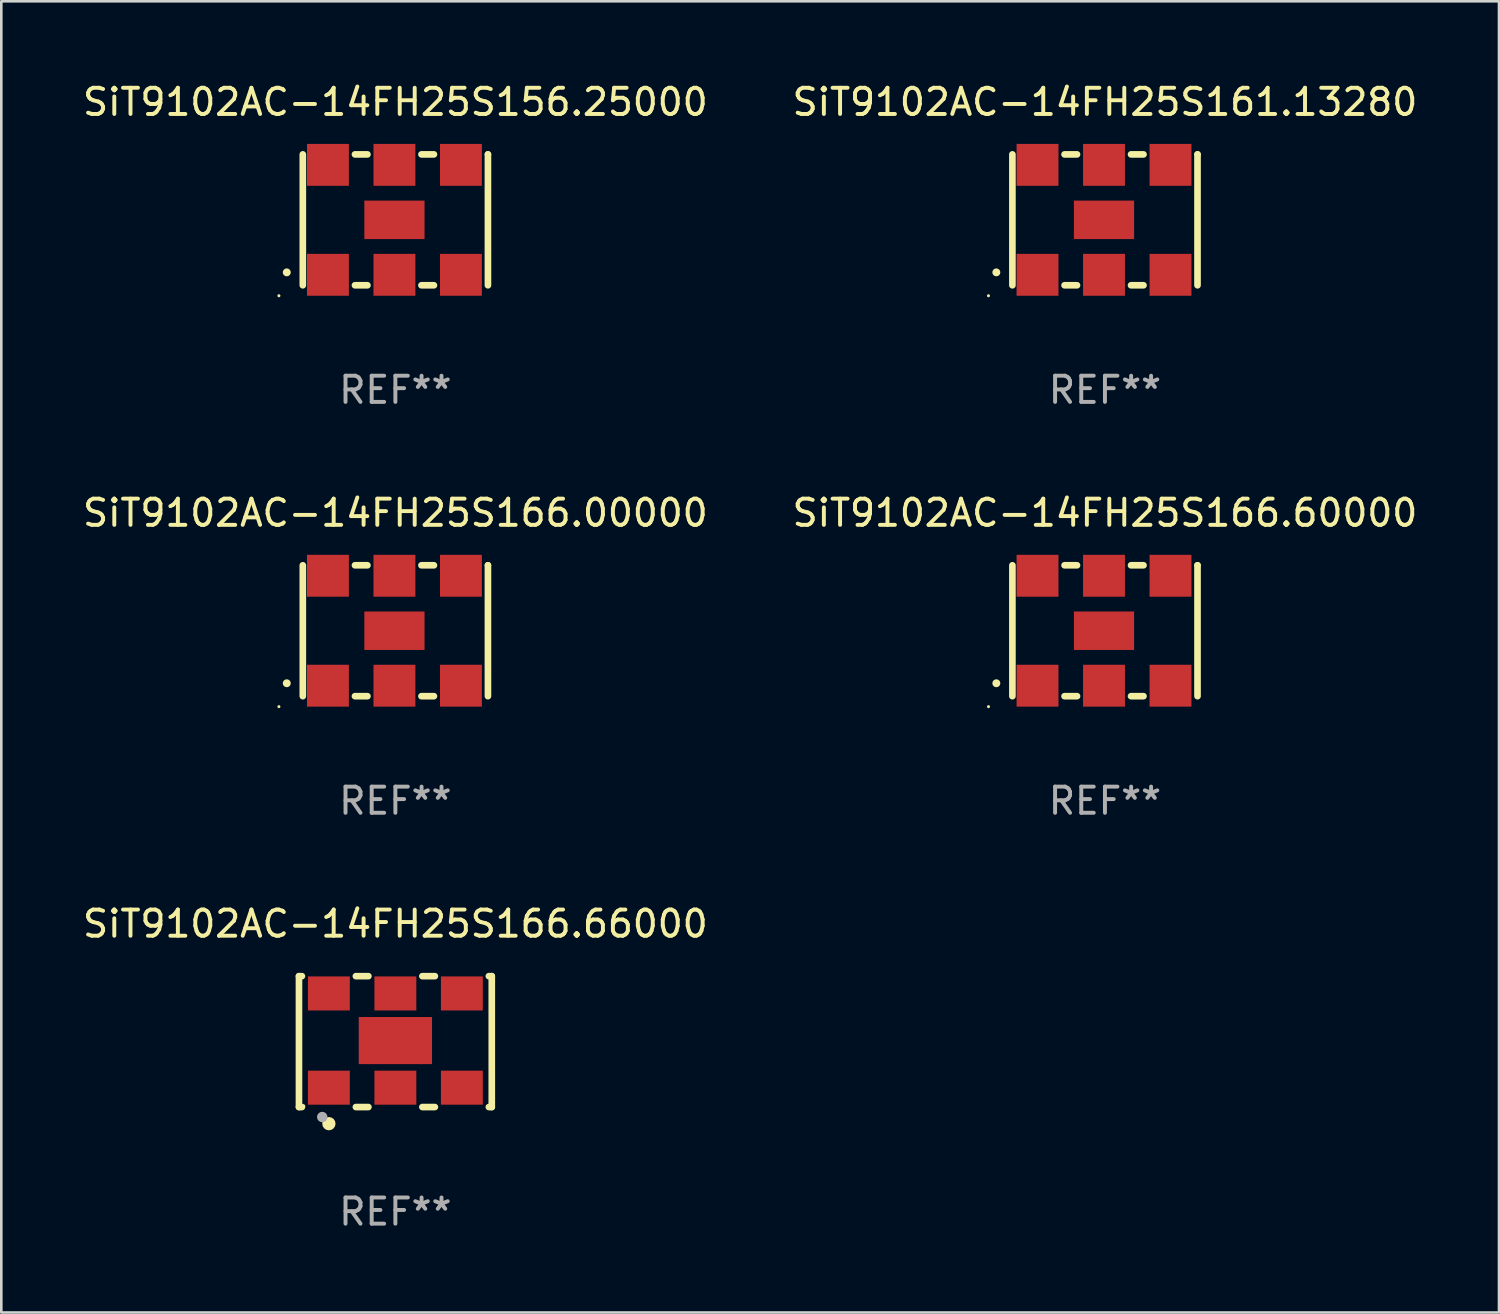
<source format=kicad_pcb>
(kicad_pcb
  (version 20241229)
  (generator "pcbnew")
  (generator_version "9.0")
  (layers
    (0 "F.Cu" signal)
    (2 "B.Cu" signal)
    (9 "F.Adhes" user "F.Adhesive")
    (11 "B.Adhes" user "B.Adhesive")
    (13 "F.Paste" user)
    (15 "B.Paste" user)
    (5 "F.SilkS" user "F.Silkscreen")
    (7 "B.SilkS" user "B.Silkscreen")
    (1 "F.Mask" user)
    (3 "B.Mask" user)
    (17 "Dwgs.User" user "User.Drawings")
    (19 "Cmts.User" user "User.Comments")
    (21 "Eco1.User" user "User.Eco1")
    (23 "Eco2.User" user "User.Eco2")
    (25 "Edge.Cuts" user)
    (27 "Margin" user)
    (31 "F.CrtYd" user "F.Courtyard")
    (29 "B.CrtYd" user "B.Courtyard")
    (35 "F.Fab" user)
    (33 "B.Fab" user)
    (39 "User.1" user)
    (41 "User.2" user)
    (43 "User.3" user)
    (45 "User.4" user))
  (footprint "SiT9102AC-14FH25S166.60000"
    (layer "F.Cu")
    (at 39.161 21.045)
    (property "Reference" "SiT9102AC-14FH25S166.60000" (at 0 -4.5 0) (layer "F.SilkS") (effects (font (size 1 1) (thickness 0.15))))
    (attr through_hole)
    (fp_line (start -3.536 -2.5) (end -3.536 2.5) (stroke (width 0.254) (type solid)) (layer "F.SilkS"))
    (fp_line (start -1.544 2.5) (end -1.067 2.5) (stroke (width 0.254) (type solid)) (layer "F.SilkS"))
    (fp_line (start -1.067 -2.5) (end -1.544 -2.5) (stroke (width 0.254) (type solid)) (layer "F.SilkS"))
    (fp_line (start 0.996 2.5) (end 1.473 2.5) (stroke (width 0.254) (type solid)) (layer "F.SilkS"))
    (fp_line (start 1.473 -2.5) (end 0.996 -2.5) (stroke (width 0.254) (type solid)) (layer "F.SilkS"))
    (fp_line (start 3.536 -2.5) (end 3.536 -2.5) (stroke (width 0.254) (type solid)) (layer "F.SilkS"))
    (fp_line (start 3.536 2.5) (end 3.536 -2.5) (stroke (width 0.254) (type solid)) (layer "F.SilkS"))
    (fp_arc (start -4.150432 2.006604) (mid -4.149162 2.006599) (end -4.147892 2.006604) (stroke (width 0.3) (type solid)) (layer "F.SilkS"))
    (fp_circle (center -4.449 2.9) (end -4.419 2.9) (stroke (width 0.06) (type solid)) (fill no) (layer "F.SilkS"))
    (fp_text user "REF**" (at 0 6.5 0) (layer "F.Fab") (effects (font (size 1 1) (thickness 0.15))))
    (pad "1" smd rect (at -2.576 2.1) (size 1.6 1.6) (layers "F.Cu" "F.Mask" "F.Paste"))
    (pad "2" smd rect (at -0.036 2.1) (size 1.6 1.6) (layers "F.Cu" "F.Mask" "F.Paste"))
    (pad "3" smd rect (at 2.504 2.1) (size 1.6 1.6) (layers "F.Cu" "F.Mask" "F.Paste"))
    (pad "4" smd rect (at 2.504 -2.1) (size 1.6 1.6) (layers "F.Cu" "F.Mask" "F.Paste"))
    (pad "5" smd rect (at -0.036 -2.1) (size 1.6 1.6) (layers "F.Cu" "F.Mask" "F.Paste"))
    (pad "6" smd rect (at -2.576 -2.1) (size 1.6 1.6) (layers "F.Cu" "F.Mask" "F.Paste"))
    (pad "7" smd rect (at -0.036 0) (size 2.3 1.47) (layers "F.Cu" "F.Mask" "F.Paste")))
  (footprint "SiT9102AC-14FH25S161.13280"
    (layer "F.Cu")
    (at 39.161 5.348)
    (property "Reference" "SiT9102AC-14FH25S161.13280" (at 0 -4.5 0) (layer "F.SilkS") (effects (font (size 1 1) (thickness 0.15))))
    (attr through_hole)
    (fp_line (start -3.536 -2.5) (end -3.536 2.5) (stroke (width 0.254) (type solid)) (layer "F.SilkS"))
    (fp_line (start -1.544 2.5) (end -1.067 2.5) (stroke (width 0.254) (type solid)) (layer "F.SilkS"))
    (fp_line (start -1.067 -2.5) (end -1.544 -2.5) (stroke (width 0.254) (type solid)) (layer "F.SilkS"))
    (fp_line (start 0.996 2.5) (end 1.473 2.5) (stroke (width 0.254) (type solid)) (layer "F.SilkS"))
    (fp_line (start 1.473 -2.5) (end 0.996 -2.5) (stroke (width 0.254) (type solid)) (layer "F.SilkS"))
    (fp_line (start 3.536 -2.5) (end 3.536 -2.5) (stroke (width 0.254) (type solid)) (layer "F.SilkS"))
    (fp_line (start 3.536 2.5) (end 3.536 -2.5) (stroke (width 0.254) (type solid)) (layer "F.SilkS"))
    (fp_arc (start -4.150432 2.006604) (mid -4.149162 2.006599) (end -4.147892 2.006604) (stroke (width 0.3) (type solid)) (layer "F.SilkS"))
    (fp_circle (center -4.449 2.9) (end -4.419 2.9) (stroke (width 0.06) (type solid)) (fill no) (layer "F.SilkS"))
    (fp_text user "REF**" (at 0 6.5 0) (layer "F.Fab") (effects (font (size 1 1) (thickness 0.15))))
    (pad "1" smd rect (at -2.576 2.1) (size 1.6 1.6) (layers "F.Cu" "F.Mask" "F.Paste"))
    (pad "2" smd rect (at -0.036 2.1) (size 1.6 1.6) (layers "F.Cu" "F.Mask" "F.Paste"))
    (pad "3" smd rect (at 2.504 2.1) (size 1.6 1.6) (layers "F.Cu" "F.Mask" "F.Paste"))
    (pad "4" smd rect (at 2.504 -2.1) (size 1.6 1.6) (layers "F.Cu" "F.Mask" "F.Paste"))
    (pad "5" smd rect (at -0.036 -2.1) (size 1.6 1.6) (layers "F.Cu" "F.Mask" "F.Paste"))
    (pad "6" smd rect (at -2.576 -2.1) (size 1.6 1.6) (layers "F.Cu" "F.Mask" "F.Paste"))
    (pad "7" smd rect (at -0.036 0) (size 2.3 1.47) (layers "F.Cu" "F.Mask" "F.Paste")))
  (footprint "SiT9102AC-14FH25S166.00000"
    (layer "F.Cu")
    (at 12.054 21.045)
    (property "Reference" "SiT9102AC-14FH25S166.00000" (at 0 -4.5 0) (layer "F.SilkS") (effects (font (size 1 1) (thickness 0.15))))
    (attr through_hole)
    (fp_line (start -3.536 -2.5) (end -3.536 2.5) (stroke (width 0.254) (type solid)) (layer "F.SilkS"))
    (fp_line (start -1.544 2.5) (end -1.067 2.5) (stroke (width 0.254) (type solid)) (layer "F.SilkS"))
    (fp_line (start -1.067 -2.5) (end -1.544 -2.5) (stroke (width 0.254) (type solid)) (layer "F.SilkS"))
    (fp_line (start 0.996 2.5) (end 1.473 2.5) (stroke (width 0.254) (type solid)) (layer "F.SilkS"))
    (fp_line (start 1.473 -2.5) (end 0.996 -2.5) (stroke (width 0.254) (type solid)) (layer "F.SilkS"))
    (fp_line (start 3.536 -2.5) (end 3.536 -2.5) (stroke (width 0.254) (type solid)) (layer "F.SilkS"))
    (fp_line (start 3.536 2.5) (end 3.536 -2.5) (stroke (width 0.254) (type solid)) (layer "F.SilkS"))
    (fp_arc (start -4.150432 2.006604) (mid -4.149162 2.006599) (end -4.147892 2.006604) (stroke (width 0.3) (type solid)) (layer "F.SilkS"))
    (fp_circle (center -4.449 2.9) (end -4.419 2.9) (stroke (width 0.06) (type solid)) (fill no) (layer "F.SilkS"))
    (fp_text user "REF**" (at 0 6.5 0) (layer "F.Fab") (effects (font (size 1 1) (thickness 0.15))))
    (pad "1" smd rect (at -2.576 2.1) (size 1.6 1.6) (layers "F.Cu" "F.Mask" "F.Paste"))
    (pad "2" smd rect (at -0.036 2.1) (size 1.6 1.6) (layers "F.Cu" "F.Mask" "F.Paste"))
    (pad "3" smd rect (at 2.504 2.1) (size 1.6 1.6) (layers "F.Cu" "F.Mask" "F.Paste"))
    (pad "4" smd rect (at 2.504 -2.1) (size 1.6 1.6) (layers "F.Cu" "F.Mask" "F.Paste"))
    (pad "5" smd rect (at -0.036 -2.1) (size 1.6 1.6) (layers "F.Cu" "F.Mask" "F.Paste"))
    (pad "6" smd rect (at -2.576 -2.1) (size 1.6 1.6) (layers "F.Cu" "F.Mask" "F.Paste"))
    (pad "7" smd rect (at -0.036 0) (size 2.3 1.47) (layers "F.Cu" "F.Mask" "F.Paste")))
  (footprint "SiT9102AC-14FH25S166.66000"
    (layer "F.Cu")
    (at 12.054 36.741)
    (property "Reference" "SiT9102AC-14FH25S166.66000" (at 0 -4.5 0) (layer "F.SilkS") (effects (font (size 1 1) (thickness 0.15))))
    (attr through_hole)
    (fp_line (start -3.683 -2.5) (end -3.571 -2.5) (stroke (width 0.254) (type solid)) (layer "F.SilkS"))
    (fp_line (start -3.683 2.5) (end -3.683 -2.5) (stroke (width 0.254) (type solid)) (layer "F.SilkS"))
    (fp_line (start -3.683 2.5) (end -3.571 2.5) (stroke (width 0.254) (type solid)) (layer "F.SilkS"))
    (fp_line (start -1.509 -2.5) (end -1.031 -2.5) (stroke (width 0.254) (type solid)) (layer "F.SilkS"))
    (fp_line (start -1.509 2.5) (end -1.031 2.5) (stroke (width 0.254) (type solid)) (layer "F.SilkS"))
    (fp_line (start 1.031 -2.5) (end 1.509 -2.5) (stroke (width 0.254) (type solid)) (layer "F.SilkS"))
    (fp_line (start 1.031 2.5) (end 1.509 2.5) (stroke (width 0.254) (type solid)) (layer "F.SilkS"))
    (fp_line (start 3.571 -2.5) (end 3.683 -2.5) (stroke (width 0.254) (type solid)) (layer "F.SilkS"))
    (fp_line (start 3.571 2.5) (end 3.683 2.5) (stroke (width 0.254) (type solid)) (layer "F.SilkS"))
    (fp_line (start 3.683 2.5) (end 3.683 -2.5) (stroke (width 0.254) (type solid)) (layer "F.SilkS"))
    (fp_circle (center -3.5 2.46) (end -3.47 2.46) (stroke (width 0.06) (type solid)) (fill no) (layer "F.SilkS"))
    (fp_circle (center -2.54 3.135) (end -2.413 3.135) (stroke (width 0.254) (type solid)) (fill no) (layer "F.SilkS"))
    (fp_circle (center -2.794 2.881) (end -2.694 2.881) (stroke (width 0.2) (type solid)) (fill no) (layer "F.Fab"))
    (fp_text user "REF**" (at 0 6.5 0) (layer "F.Fab") (effects (font (size 1 1) (thickness 0.15))))
    (pad "1" smd rect (at -2.54 1.76) (size 1.6 1.3) (layers "F.Cu" "F.Mask" "F.Paste"))
    (pad "2" smd rect (at 0 1.76) (size 1.6 1.3) (layers "F.Cu" "F.Mask" "F.Paste"))
    (pad "3" smd rect (at 2.54 1.76) (size 1.6 1.3) (layers "F.Cu" "F.Mask" "F.Paste"))
    (pad "4" smd rect (at 2.54 -1.84) (size 1.6 1.3) (layers "F.Cu" "F.Mask" "F.Paste"))
    (pad "5" smd rect (at 0 -1.84) (size 1.6 1.3) (layers "F.Cu" "F.Mask" "F.Paste"))
    (pad "6" smd rect (at -2.54 -1.84) (size 1.6 1.3) (layers "F.Cu" "F.Mask" "F.Paste"))
    (pad "7" smd rect (at 0 -0.04) (size 2.8 1.8) (layers "F.Cu" "F.Mask" "F.Paste")))
  (footprint "SiT9102AC-14FH25S156.25000"
    (layer "F.Cu")
    (at 12.054 5.348)
    (property "Reference" "SiT9102AC-14FH25S156.25000" (at 0 -4.5 0) (layer "F.SilkS") (effects (font (size 1 1) (thickness 0.15))))
    (attr through_hole)
    (fp_line (start -3.536 -2.5) (end -3.536 2.5) (stroke (width 0.254) (type solid)) (layer "F.SilkS"))
    (fp_line (start -1.544 2.5) (end -1.067 2.5) (stroke (width 0.254) (type solid)) (layer "F.SilkS"))
    (fp_line (start -1.067 -2.5) (end -1.544 -2.5) (stroke (width 0.254) (type solid)) (layer "F.SilkS"))
    (fp_line (start 0.996 2.5) (end 1.473 2.5) (stroke (width 0.254) (type solid)) (layer "F.SilkS"))
    (fp_line (start 1.473 -2.5) (end 0.996 -2.5) (stroke (width 0.254) (type solid)) (layer "F.SilkS"))
    (fp_line (start 3.536 -2.5) (end 3.536 -2.5) (stroke (width 0.254) (type solid)) (layer "F.SilkS"))
    (fp_line (start 3.536 2.5) (end 3.536 -2.5) (stroke (width 0.254) (type solid)) (layer "F.SilkS"))
    (fp_arc (start -4.150432 2.006604) (mid -4.149162 2.006599) (end -4.147892 2.006604) (stroke (width 0.3) (type solid)) (layer "F.SilkS"))
    (fp_circle (center -4.449 2.9) (end -4.419 2.9) (stroke (width 0.06) (type solid)) (fill no) (layer "F.SilkS"))
    (fp_text user "REF**" (at 0 6.5 0) (layer "F.Fab") (effects (font (size 1 1) (thickness 0.15))))
    (pad "1" smd rect (at -2.576 2.1) (size 1.6 1.6) (layers "F.Cu" "F.Mask" "F.Paste"))
    (pad "2" smd rect (at -0.036 2.1) (size 1.6 1.6) (layers "F.Cu" "F.Mask" "F.Paste"))
    (pad "3" smd rect (at 2.504 2.1) (size 1.6 1.6) (layers "F.Cu" "F.Mask" "F.Paste"))
    (pad "4" smd rect (at 2.504 -2.1) (size 1.6 1.6) (layers "F.Cu" "F.Mask" "F.Paste"))
    (pad "5" smd rect (at -0.036 -2.1) (size 1.6 1.6) (layers "F.Cu" "F.Mask" "F.Paste"))
    (pad "6" smd rect (at -2.576 -2.1) (size 1.6 1.6) (layers "F.Cu" "F.Mask" "F.Paste"))
    (pad "7" smd rect (at -0.036 0) (size 2.3 1.47) (layers "F.Cu" "F.Mask" "F.Paste")))
  (gr_rect
    (start -3 -3)
    (end 54.214 47.09)
    (stroke (width 0.1) (type default))
    (fill no)
    (layer "Edge.Cuts")))
</source>
